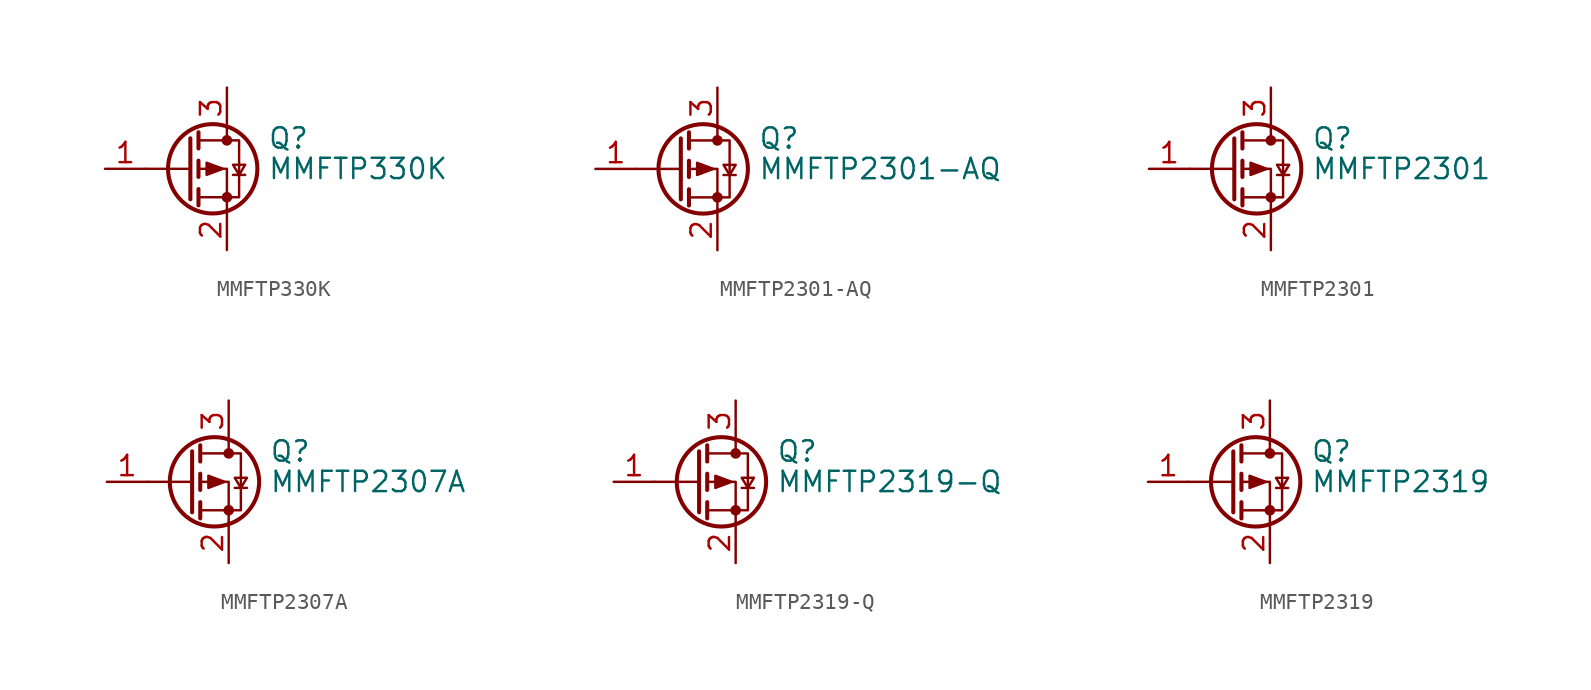
<source format=kicad_sym>
(kicad_symbol_lib
  (version 20241209)
  (generator "kicad_symbol_editor")
  (generator_version "9.0")
  (symbol "MMFTP330K"
    (pin_names
      (offset 0)
      (hide yes))
    (property "Reference" "Q"
      (at 5.08 1.905 0)
      (effects (font (size 1.27 1.27)) (justify left)))
    (property "Value" "MMFTP330K"
      (at 5.08 0 0)
      (effects (font (size 1.27 1.27)) (justify left)))
    (symbol "MMFTP330K_0_1"
      (polyline (pts (xy 0.254 1.905) (xy 0.254 -1.905)) (stroke (width 0.254) (type default)) (fill (type none)))
      (polyline (pts (xy 0.254 0) (xy -2.54 0)) (stroke (width 0) (type default)) (fill (type none)))
      (polyline (pts (xy 0.762 2.286) (xy 0.762 1.27)) (stroke (width 0.254) (type default)) (fill (type none)))
      (polyline (pts (xy 0.762 1.778) (xy 3.302 1.778) (xy 3.302 -1.778) (xy 0.762 -1.778)) (stroke (width 0) (type default)) (fill (type none)))
      (polyline (pts (xy 0.762 0.508) (xy 0.762 -0.508)) (stroke (width 0.254) (type default)) (fill (type none)))
      (polyline (pts (xy 0.762 -1.27) (xy 0.762 -2.286)) (stroke (width 0.254) (type default)) (fill (type none)))
      (circle (center 1.651 0) (radius 2.794) (stroke (width 0.254) (type default)) (fill (type none)))
      (polyline (pts (xy 2.286 0) (xy 1.27 0.381) (xy 1.27 -0.381) (xy 2.286 0)) (stroke (width 0) (type default)) (fill (type outline)))
      (polyline (pts (xy 2.54 2.54) (xy 2.54 1.778)) (stroke (width 0) (type default)) (fill (type none)))
      (circle (center 2.54 1.778) (radius 0.254) (stroke (width 0) (type default)) (fill (type outline)))
      (circle (center 2.54 -1.778) (radius 0.254) (stroke (width 0) (type default)) (fill (type outline)))
      (polyline (pts (xy 2.54 -2.54) (xy 2.54 0) (xy 0.762 0)) (stroke (width 0) (type default)) (fill (type none)))
      (polyline (pts (xy 2.921 -0.381) (xy 3.683 -0.381)) (stroke (width 0) (type default)) (fill (type none)))
      (polyline (pts (xy 3.302 -0.381) (xy 2.921 0.254) (xy 3.683 0.254) (xy 3.302 -0.381)) (stroke (width 0) (type default)) (fill (type none))))
    (symbol "MMFTP330K_1_1"
      (pin input line (at -5.08 0 0) (length 2.54) (name "G" (effects (font (size 1.27 1.27)))) (number "1" (effects (font (size 1.27 1.27)))))
      (pin passive line (at 2.54 5.08 270) (length 2.54) (name "D" (effects (font (size 1.27 1.27)))) (number "3" (effects (font (size 1.27 1.27)))))
      (pin passive line (at 2.54 -5.08 90) (length 2.54) (name "S" (effects (font (size 1.27 1.27)))) (number "2" (effects (font (size 1.27 1.27)))))))
  (symbol "MMFTP2301-AQ"
    (pin_names
      (offset 0)
      (hide yes))
    (property "Reference" "Q"
      (at 5.08 1.905 0)
      (effects (font (size 1.27 1.27)) (justify left)))
    (property "Value" "MMFTP2301-AQ"
      (at 5.08 0 0)
      (effects (font (size 1.27 1.27)) (justify left)))
    (symbol "MMFTP2301-AQ_0_1"
      (polyline (pts (xy 0.254 1.905) (xy 0.254 -1.905)) (stroke (width 0.254) (type default)) (fill (type none)))
      (polyline (pts (xy 0.254 0) (xy -2.54 0)) (stroke (width 0) (type default)) (fill (type none)))
      (polyline (pts (xy 0.762 2.286) (xy 0.762 1.27)) (stroke (width 0.254) (type default)) (fill (type none)))
      (polyline (pts (xy 0.762 1.778) (xy 3.302 1.778) (xy 3.302 -1.778) (xy 0.762 -1.778)) (stroke (width 0) (type default)) (fill (type none)))
      (polyline (pts (xy 0.762 0.508) (xy 0.762 -0.508)) (stroke (width 0.254) (type default)) (fill (type none)))
      (polyline (pts (xy 0.762 -1.27) (xy 0.762 -2.286)) (stroke (width 0.254) (type default)) (fill (type none)))
      (circle (center 1.651 0) (radius 2.794) (stroke (width 0.254) (type default)) (fill (type none)))
      (polyline (pts (xy 2.286 0) (xy 1.27 0.381) (xy 1.27 -0.381) (xy 2.286 0)) (stroke (width 0) (type default)) (fill (type outline)))
      (polyline (pts (xy 2.54 2.54) (xy 2.54 1.778)) (stroke (width 0) (type default)) (fill (type none)))
      (circle (center 2.54 1.778) (radius 0.254) (stroke (width 0) (type default)) (fill (type outline)))
      (circle (center 2.54 -1.778) (radius 0.254) (stroke (width 0) (type default)) (fill (type outline)))
      (polyline (pts (xy 2.54 -2.54) (xy 2.54 0) (xy 0.762 0)) (stroke (width 0) (type default)) (fill (type none)))
      (polyline (pts (xy 2.921 -0.381) (xy 3.683 -0.381)) (stroke (width 0) (type default)) (fill (type none)))
      (polyline (pts (xy 3.302 -0.381) (xy 2.921 0.254) (xy 3.683 0.254) (xy 3.302 -0.381)) (stroke (width 0) (type default)) (fill (type none))))
    (symbol "MMFTP2301-AQ_1_1"
      (pin input line (at -5.08 0 0) (length 2.54) (name "G" (effects (font (size 1.27 1.27)))) (number "1" (effects (font (size 1.27 1.27)))))
      (pin passive line (at 2.54 5.08 270) (length 2.54) (name "D" (effects (font (size 1.27 1.27)))) (number "3" (effects (font (size 1.27 1.27)))))
      (pin passive line (at 2.54 -5.08 90) (length 2.54) (name "S" (effects (font (size 1.27 1.27)))) (number "2" (effects (font (size 1.27 1.27)))))))
  (symbol "MMFTP2301"
    (pin_names
      (offset 0)
      (hide yes))
    (property "Reference" "Q"
      (at 5.08 1.905 0)
      (effects (font (size 1.27 1.27)) (justify left)))
    (property "Value" "MMFTP2301"
      (at 5.08 0 0)
      (effects (font (size 1.27 1.27)) (justify left)))
    (symbol "MMFTP2301_0_1"
      (polyline (pts (xy 0.254 1.905) (xy 0.254 -1.905)) (stroke (width 0.254) (type default)) (fill (type none)))
      (polyline (pts (xy 0.254 0) (xy -2.54 0)) (stroke (width 0) (type default)) (fill (type none)))
      (polyline (pts (xy 0.762 2.286) (xy 0.762 1.27)) (stroke (width 0.254) (type default)) (fill (type none)))
      (polyline (pts (xy 0.762 1.778) (xy 3.302 1.778) (xy 3.302 -1.778) (xy 0.762 -1.778)) (stroke (width 0) (type default)) (fill (type none)))
      (polyline (pts (xy 0.762 0.508) (xy 0.762 -0.508)) (stroke (width 0.254) (type default)) (fill (type none)))
      (polyline (pts (xy 0.762 -1.27) (xy 0.762 -2.286)) (stroke (width 0.254) (type default)) (fill (type none)))
      (circle (center 1.651 0) (radius 2.794) (stroke (width 0.254) (type default)) (fill (type none)))
      (polyline (pts (xy 2.286 0) (xy 1.27 0.381) (xy 1.27 -0.381) (xy 2.286 0)) (stroke (width 0) (type default)) (fill (type outline)))
      (polyline (pts (xy 2.54 2.54) (xy 2.54 1.778)) (stroke (width 0) (type default)) (fill (type none)))
      (circle (center 2.54 1.778) (radius 0.254) (stroke (width 0) (type default)) (fill (type outline)))
      (circle (center 2.54 -1.778) (radius 0.254) (stroke (width 0) (type default)) (fill (type outline)))
      (polyline (pts (xy 2.54 -2.54) (xy 2.54 0) (xy 0.762 0)) (stroke (width 0) (type default)) (fill (type none)))
      (polyline (pts (xy 2.921 -0.381) (xy 3.683 -0.381)) (stroke (width 0) (type default)) (fill (type none)))
      (polyline (pts (xy 3.302 -0.381) (xy 2.921 0.254) (xy 3.683 0.254) (xy 3.302 -0.381)) (stroke (width 0) (type default)) (fill (type none))))
    (symbol "MMFTP2301_1_1"
      (pin input line (at -5.08 0 0) (length 2.54) (name "G" (effects (font (size 1.27 1.27)))) (number "1" (effects (font (size 1.27 1.27)))))
      (pin passive line (at 2.54 5.08 270) (length 2.54) (name "D" (effects (font (size 1.27 1.27)))) (number "3" (effects (font (size 1.27 1.27)))))
      (pin passive line (at 2.54 -5.08 90) (length 2.54) (name "S" (effects (font (size 1.27 1.27)))) (number "2" (effects (font (size 1.27 1.27)))))))
  (symbol "MMFTP2307A"
    (pin_names
      (offset 0)
      (hide yes))
    (property "Reference" "Q"
      (at 5.08 1.905 0)
      (effects (font (size 1.27 1.27)) (justify left)))
    (property "Value" "MMFTP2307A"
      (at 5.08 0 0)
      (effects (font (size 1.27 1.27)) (justify left)))
    (symbol "MMFTP2307A_0_1"
      (polyline (pts (xy 0.254 1.905) (xy 0.254 -1.905)) (stroke (width 0.254) (type default)) (fill (type none)))
      (polyline (pts (xy 0.254 0) (xy -2.54 0)) (stroke (width 0) (type default)) (fill (type none)))
      (polyline (pts (xy 0.762 2.286) (xy 0.762 1.27)) (stroke (width 0.254) (type default)) (fill (type none)))
      (polyline (pts (xy 0.762 1.778) (xy 3.302 1.778) (xy 3.302 -1.778) (xy 0.762 -1.778)) (stroke (width 0) (type default)) (fill (type none)))
      (polyline (pts (xy 0.762 0.508) (xy 0.762 -0.508)) (stroke (width 0.254) (type default)) (fill (type none)))
      (polyline (pts (xy 0.762 -1.27) (xy 0.762 -2.286)) (stroke (width 0.254) (type default)) (fill (type none)))
      (circle (center 1.651 0) (radius 2.794) (stroke (width 0.254) (type default)) (fill (type none)))
      (polyline (pts (xy 2.286 0) (xy 1.27 0.381) (xy 1.27 -0.381) (xy 2.286 0)) (stroke (width 0) (type default)) (fill (type outline)))
      (polyline (pts (xy 2.54 2.54) (xy 2.54 1.778)) (stroke (width 0) (type default)) (fill (type none)))
      (circle (center 2.54 1.778) (radius 0.254) (stroke (width 0) (type default)) (fill (type outline)))
      (circle (center 2.54 -1.778) (radius 0.254) (stroke (width 0) (type default)) (fill (type outline)))
      (polyline (pts (xy 2.54 -2.54) (xy 2.54 0) (xy 0.762 0)) (stroke (width 0) (type default)) (fill (type none)))
      (polyline (pts (xy 2.921 -0.381) (xy 3.683 -0.381)) (stroke (width 0) (type default)) (fill (type none)))
      (polyline (pts (xy 3.302 -0.381) (xy 2.921 0.254) (xy 3.683 0.254) (xy 3.302 -0.381)) (stroke (width 0) (type default)) (fill (type none))))
    (symbol "MMFTP2307A_1_1"
      (pin input line (at -5.08 0 0) (length 2.54) (name "G" (effects (font (size 1.27 1.27)))) (number "1" (effects (font (size 1.27 1.27)))))
      (pin passive line (at 2.54 5.08 270) (length 2.54) (name "D" (effects (font (size 1.27 1.27)))) (number "3" (effects (font (size 1.27 1.27)))))
      (pin passive line (at 2.54 -5.08 90) (length 2.54) (name "S" (effects (font (size 1.27 1.27)))) (number "2" (effects (font (size 1.27 1.27)))))))
  (symbol "MMFTP2319-Q"
    (pin_names
      (offset 0)
      (hide yes))
    (property "Reference" "Q"
      (at 5.08 1.905 0)
      (effects (font (size 1.27 1.27)) (justify left)))
    (property "Value" "MMFTP2319-Q"
      (at 5.08 0 0)
      (effects (font (size 1.27 1.27)) (justify left)))
    (symbol "MMFTP2319-Q_0_1"
      (polyline (pts (xy 0.254 1.905) (xy 0.254 -1.905)) (stroke (width 0.254) (type default)) (fill (type none)))
      (polyline (pts (xy 0.254 0) (xy -2.54 0)) (stroke (width 0) (type default)) (fill (type none)))
      (polyline (pts (xy 0.762 2.286) (xy 0.762 1.27)) (stroke (width 0.254) (type default)) (fill (type none)))
      (polyline (pts (xy 0.762 1.778) (xy 3.302 1.778) (xy 3.302 -1.778) (xy 0.762 -1.778)) (stroke (width 0) (type default)) (fill (type none)))
      (polyline (pts (xy 0.762 0.508) (xy 0.762 -0.508)) (stroke (width 0.254) (type default)) (fill (type none)))
      (polyline (pts (xy 0.762 -1.27) (xy 0.762 -2.286)) (stroke (width 0.254) (type default)) (fill (type none)))
      (circle (center 1.651 0) (radius 2.794) (stroke (width 0.254) (type default)) (fill (type none)))
      (polyline (pts (xy 2.286 0) (xy 1.27 0.381) (xy 1.27 -0.381) (xy 2.286 0)) (stroke (width 0) (type default)) (fill (type outline)))
      (polyline (pts (xy 2.54 2.54) (xy 2.54 1.778)) (stroke (width 0) (type default)) (fill (type none)))
      (circle (center 2.54 1.778) (radius 0.254) (stroke (width 0) (type default)) (fill (type outline)))
      (circle (center 2.54 -1.778) (radius 0.254) (stroke (width 0) (type default)) (fill (type outline)))
      (polyline (pts (xy 2.54 -2.54) (xy 2.54 0) (xy 0.762 0)) (stroke (width 0) (type default)) (fill (type none)))
      (polyline (pts (xy 2.921 -0.381) (xy 3.683 -0.381)) (stroke (width 0) (type default)) (fill (type none)))
      (polyline (pts (xy 3.302 -0.381) (xy 2.921 0.254) (xy 3.683 0.254) (xy 3.302 -0.381)) (stroke (width 0) (type default)) (fill (type none))))
    (symbol "MMFTP2319-Q_1_1"
      (pin input line (at -5.08 0 0) (length 2.54) (name "G" (effects (font (size 1.27 1.27)))) (number "1" (effects (font (size 1.27 1.27)))))
      (pin passive line (at 2.54 5.08 270) (length 2.54) (name "D" (effects (font (size 1.27 1.27)))) (number "3" (effects (font (size 1.27 1.27)))))
      (pin passive line (at 2.54 -5.08 90) (length 2.54) (name "S" (effects (font (size 1.27 1.27)))) (number "2" (effects (font (size 1.27 1.27)))))))
  (symbol "MMFTP2319"
    (pin_names
      (offset 0)
      (hide yes))
    (property "Reference" "Q"
      (at 5.08 1.905 0)
      (effects (font (size 1.27 1.27)) (justify left)))
    (property "Value" "MMFTP2319"
      (at 5.08 0 0)
      (effects (font (size 1.27 1.27)) (justify left)))
    (symbol "MMFTP2319_0_1"
      (polyline (pts (xy 0.254 1.905) (xy 0.254 -1.905)) (stroke (width 0.254) (type default)) (fill (type none)))
      (polyline (pts (xy 0.254 0) (xy -2.54 0)) (stroke (width 0) (type default)) (fill (type none)))
      (polyline (pts (xy 0.762 2.286) (xy 0.762 1.27)) (stroke (width 0.254) (type default)) (fill (type none)))
      (polyline (pts (xy 0.762 1.778) (xy 3.302 1.778) (xy 3.302 -1.778) (xy 0.762 -1.778)) (stroke (width 0) (type default)) (fill (type none)))
      (polyline (pts (xy 0.762 0.508) (xy 0.762 -0.508)) (stroke (width 0.254) (type default)) (fill (type none)))
      (polyline (pts (xy 0.762 -1.27) (xy 0.762 -2.286)) (stroke (width 0.254) (type default)) (fill (type none)))
      (circle (center 1.651 0) (radius 2.794) (stroke (width 0.254) (type default)) (fill (type none)))
      (polyline (pts (xy 2.286 0) (xy 1.27 0.381) (xy 1.27 -0.381) (xy 2.286 0)) (stroke (width 0) (type default)) (fill (type outline)))
      (polyline (pts (xy 2.54 2.54) (xy 2.54 1.778)) (stroke (width 0) (type default)) (fill (type none)))
      (circle (center 2.54 1.778) (radius 0.254) (stroke (width 0) (type default)) (fill (type outline)))
      (circle (center 2.54 -1.778) (radius 0.254) (stroke (width 0) (type default)) (fill (type outline)))
      (polyline (pts (xy 2.54 -2.54) (xy 2.54 0) (xy 0.762 0)) (stroke (width 0) (type default)) (fill (type none)))
      (polyline (pts (xy 2.921 -0.381) (xy 3.683 -0.381)) (stroke (width 0) (type default)) (fill (type none)))
      (polyline (pts (xy 3.302 -0.381) (xy 2.921 0.254) (xy 3.683 0.254) (xy 3.302 -0.381)) (stroke (width 0) (type default)) (fill (type none))))
    (symbol "MMFTP2319_1_1"
      (pin input line (at -5.08 0 0) (length 2.54) (name "G" (effects (font (size 1.27 1.27)))) (number "1" (effects (font (size 1.27 1.27)))))
      (pin passive line (at 2.54 5.08 270) (length 2.54) (name "D" (effects (font (size 1.27 1.27)))) (number "3" (effects (font (size 1.27 1.27)))))
      (pin passive line (at 2.54 -5.08 90) (length 2.54) (name "S" (effects (font (size 1.27 1.27)))) (number "2" (effects (font (size 1.27 1.27))))))))
</source>
